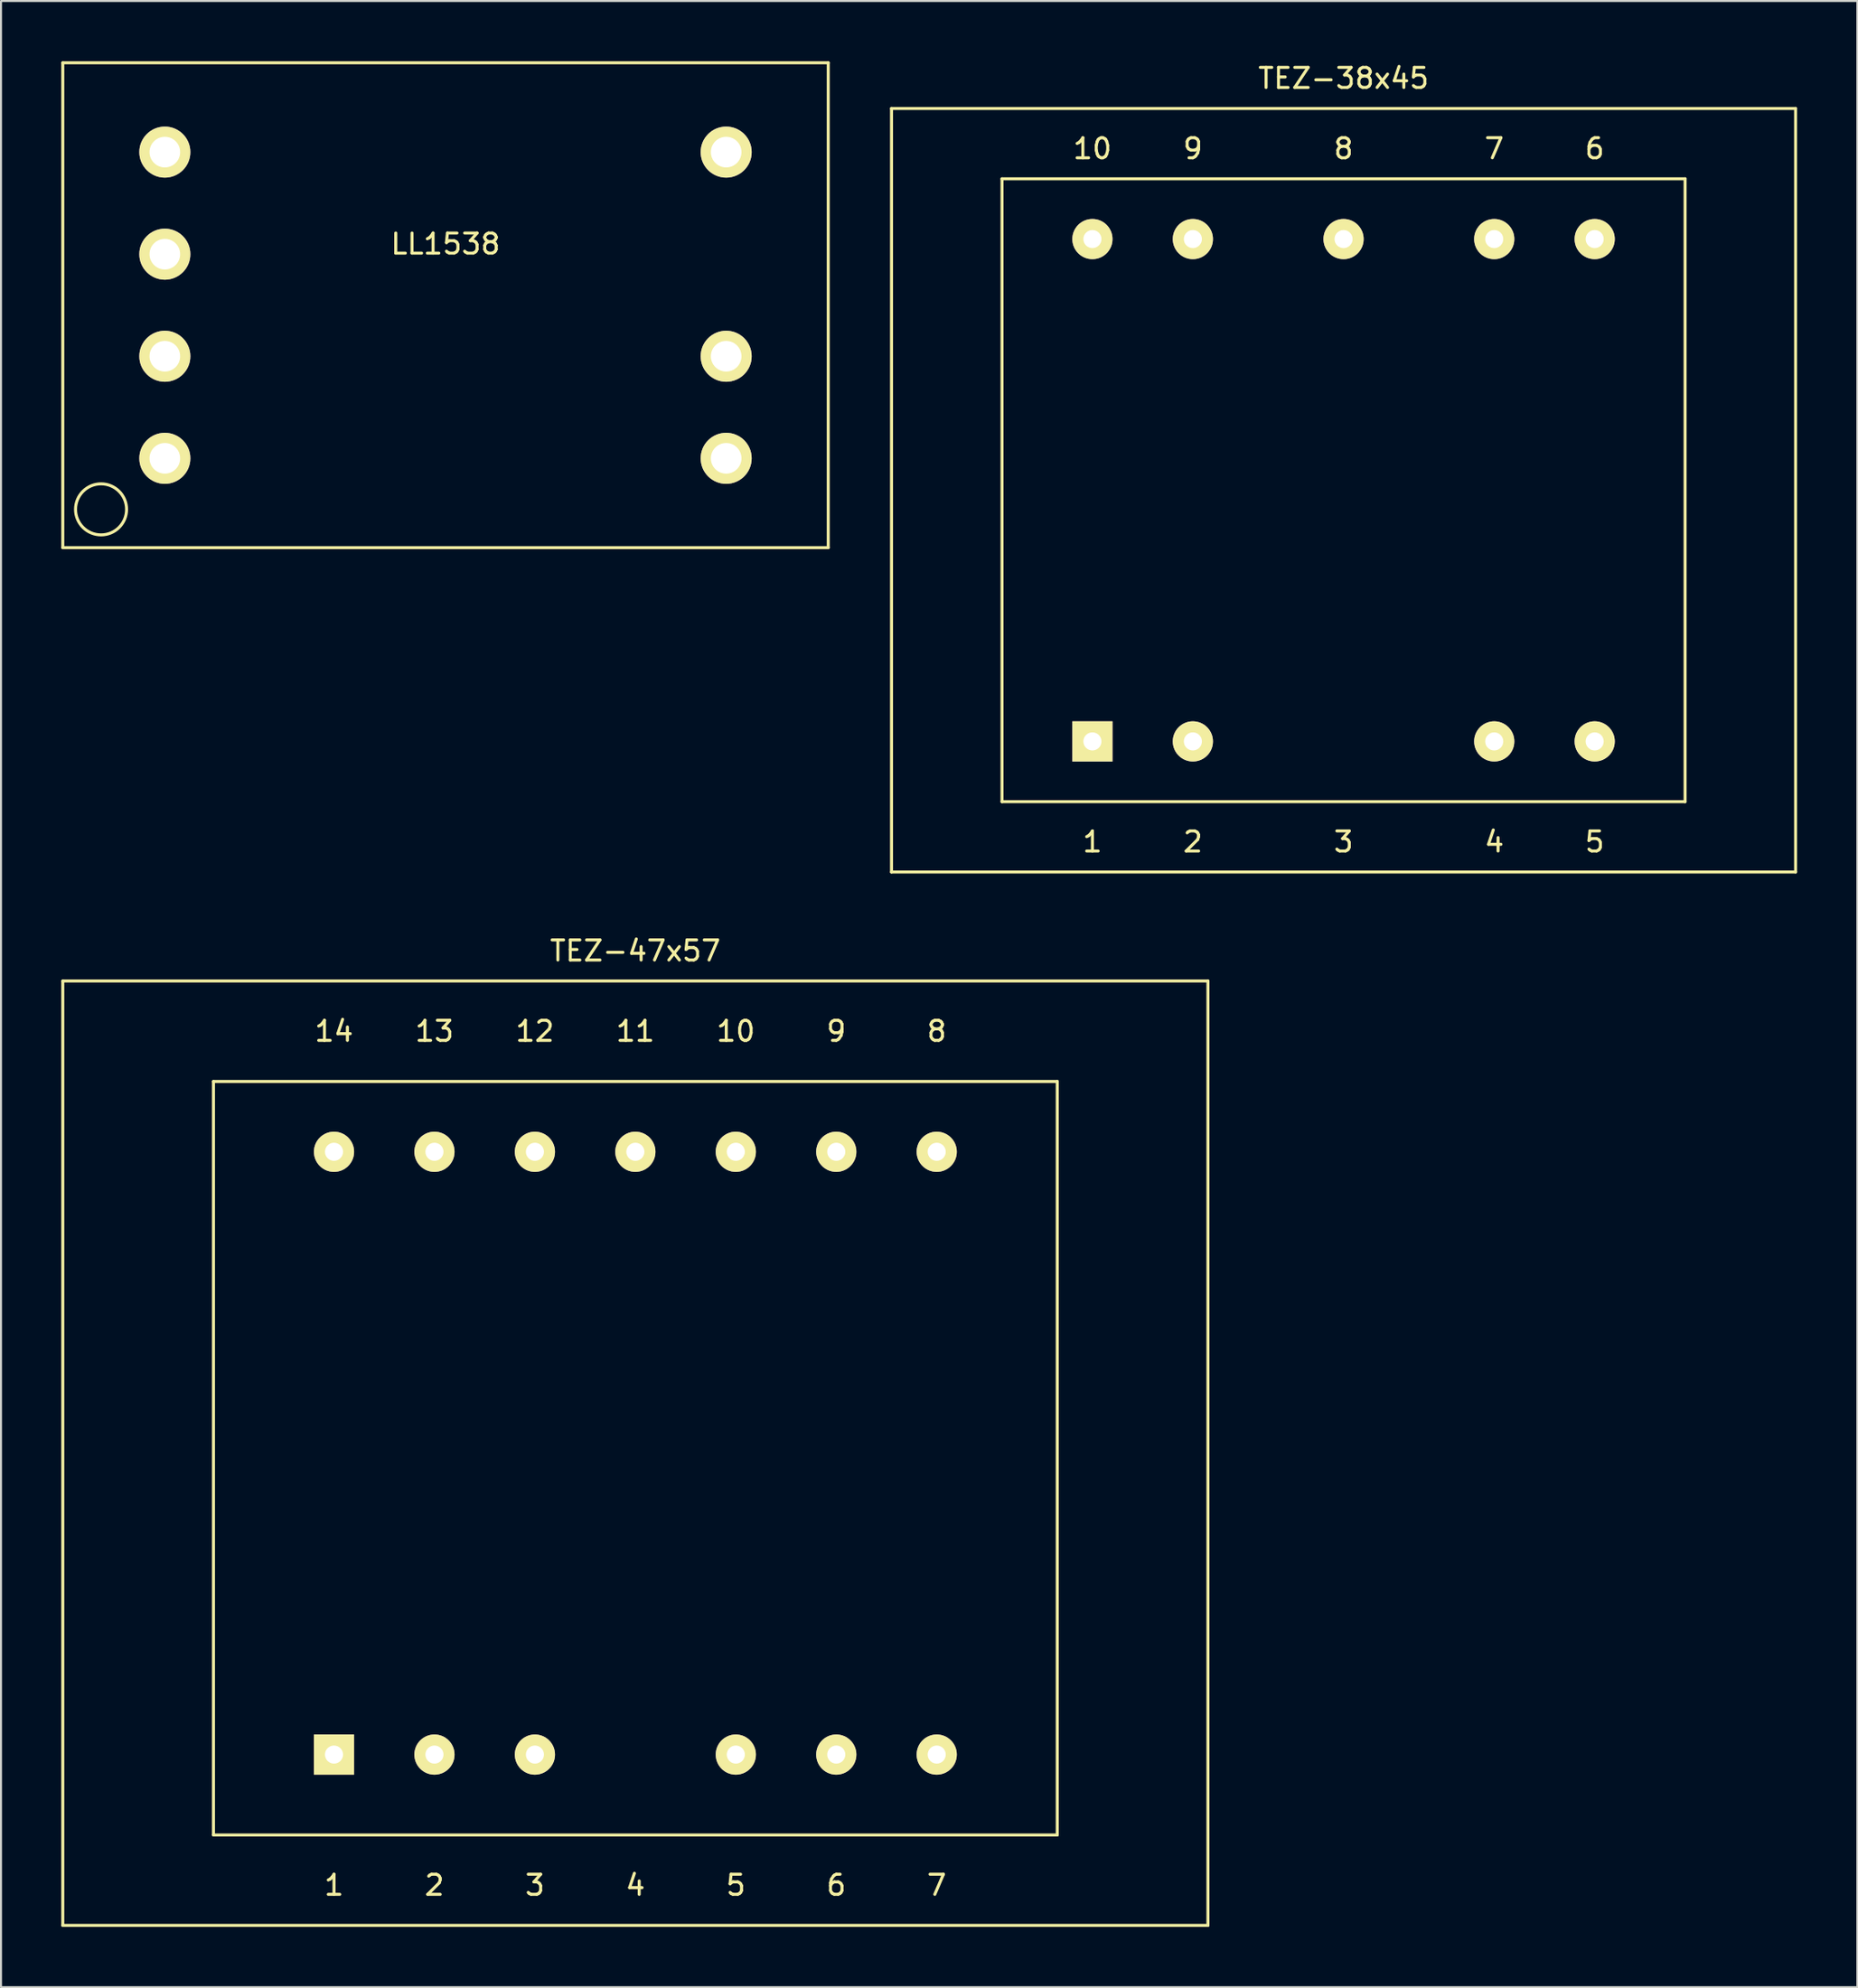
<source format=kicad_pcb>
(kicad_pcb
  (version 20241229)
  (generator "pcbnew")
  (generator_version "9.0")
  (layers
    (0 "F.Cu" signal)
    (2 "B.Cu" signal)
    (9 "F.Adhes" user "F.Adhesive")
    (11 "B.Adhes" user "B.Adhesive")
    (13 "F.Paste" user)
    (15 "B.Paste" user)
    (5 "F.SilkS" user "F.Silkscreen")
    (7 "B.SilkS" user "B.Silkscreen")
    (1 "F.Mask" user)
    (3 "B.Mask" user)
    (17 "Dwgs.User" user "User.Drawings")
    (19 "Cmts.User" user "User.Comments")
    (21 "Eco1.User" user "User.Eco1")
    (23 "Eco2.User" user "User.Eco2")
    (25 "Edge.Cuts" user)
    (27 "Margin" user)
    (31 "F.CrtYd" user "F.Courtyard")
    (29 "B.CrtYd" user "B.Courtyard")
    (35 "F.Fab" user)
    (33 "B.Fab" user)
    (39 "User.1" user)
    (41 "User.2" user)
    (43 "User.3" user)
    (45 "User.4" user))
  (footprint "LL1538"
    (layer "F.Cu")
    (at 19.125 12.14)
    (property "Reference" "LL1538" (at 0 -3.048 0) (layer "F.SilkS") (effects (font (size 1 1) (thickness 0.15))))
    (attr smd)
    (fp_line (start -19.05 -12.065) (end 19.05 -12.065) (stroke (width 0.15) (type solid)) (layer "F.SilkS"))
    (fp_line (start -19.05 12.065) (end -19.05 -12.065) (stroke (width 0.15) (type solid)) (layer "F.SilkS"))
    (fp_line (start 19.05 -12.065) (end 19.05 12.065) (stroke (width 0.15) (type solid)) (layer "F.SilkS"))
    (fp_line (start 19.05 12.065) (end -19.05 12.065) (stroke (width 0.15) (type solid)) (layer "F.SilkS"))
    (fp_circle (center -17.145 10.16) (end -17.145 8.89) (stroke (width 0.15) (type solid)) (fill no) (layer "F.SilkS"))
    (pad "1" thru_hole circle (at -13.97 7.62) (size 2.54 2.54) (drill 1.524) (layers "*.Cu" "*.Mask" "F.SilkS"))
    (pad "2" thru_hole circle (at -13.97 2.54) (size 2.54 2.54) (drill 1.524) (layers "*.Cu" "*.Mask" "F.SilkS"))
    (pad "3" thru_hole circle (at -13.97 -2.54) (size 2.54 2.54) (drill 1.524) (layers "*.Cu" "*.Mask" "F.SilkS"))
    (pad "4" thru_hole circle (at -13.97 -7.62) (size 2.54 2.54) (drill 1.524) (layers "*.Cu" "*.Mask" "F.SilkS"))
    (pad "5" thru_hole circle (at 13.97 7.62) (size 2.54 2.54) (drill 1.524) (layers "*.Cu" "*.Mask" "F.SilkS"))
    (pad "6" thru_hole circle (at 13.97 2.54) (size 2.54 2.54) (drill 1.524) (layers "*.Cu" "*.Mask" "F.SilkS"))
    (pad "8" thru_hole circle (at 13.97 -7.62) (size 2.54 2.54) (drill 1.524) (layers "*.Cu" "*.Mask" "F.SilkS")))
  (footprint "TEZ-38x45"
    (layer "F.Cu")
    (at 63.825 21.348)
    (property "Reference" "TEZ-38x45" (at 0 -20.5 0) (layer "F.SilkS") (effects (font (size 1 1) (thickness 0.15))))
    (attr through_hole)
    (fp_line (start -22.5 -19) (end 22.5 -19) (stroke (width 0.15) (type solid)) (layer "F.SilkS"))
    (fp_line (start -22.5 19) (end -22.5 -19) (stroke (width 0.15) (type solid)) (layer "F.SilkS"))
    (fp_line (start -17 -15.5) (end 17 -15.5) (stroke (width 0.15) (type solid)) (layer "F.SilkS"))
    (fp_line (start -17 15.5) (end -17 -15.5) (stroke (width 0.15) (type solid)) (layer "F.SilkS"))
    (fp_line (start 17 -15.5) (end 17 15.5) (stroke (width 0.15) (type solid)) (layer "F.SilkS"))
    (fp_line (start 17 15.5) (end -17 15.5) (stroke (width 0.15) (type solid)) (layer "F.SilkS"))
    (fp_line (start 22.5 -19) (end 22.5 19) (stroke (width 0.15) (type solid)) (layer "F.SilkS"))
    (fp_line (start 22.5 19) (end -22.5 19) (stroke (width 0.15) (type solid)) (layer "F.SilkS"))
    (fp_text user "6" (at 12.5 -17 0) (layer "F.SilkS") (effects (font (size 1 1) (thickness 0.15))))
    (fp_text user "1" (at -12.5 17.5 0) (layer "F.SilkS") (effects (font (size 1 1) (thickness 0.15))))
    (fp_text user "8" (at 0 -17 0) (layer "F.SilkS") (effects (font (size 1 1) (thickness 0.15))))
    (fp_text user "7" (at 7.5 -17 0) (layer "F.SilkS") (effects (font (size 1 1) (thickness 0.15))))
    (fp_text user "2" (at -7.5 17.5 0) (layer "F.SilkS") (effects (font (size 1 1) (thickness 0.15))))
    (fp_text user "5" (at 12.5 17.5 0) (layer "F.SilkS") (effects (font (size 1 1) (thickness 0.15))))
    (fp_text user "9" (at -7.5 -17 0) (layer "F.SilkS") (effects (font (size 1 1) (thickness 0.15))))
    (fp_text user "3" (at 0 17.5 0) (layer "F.SilkS") (effects (font (size 1 1) (thickness 0.15))))
    (fp_text user "4" (at 7.5 17.5 0) (layer "F.SilkS") (effects (font (size 1 1) (thickness 0.15))))
    (fp_text user "10" (at -12.5 -17 0) (layer "F.SilkS") (effects (font (size 1 1) (thickness 0.15))))
    (pad "1" thru_hole rect (at -12.5 12.5) (size 2 2) (drill 0.9) (layers "*.Cu" "*.Mask" "F.SilkS"))
    (pad "2" thru_hole circle (at -7.5 12.5) (size 2 2) (drill 0.9) (layers "*.Cu" "*.Mask" "F.SilkS"))
    (pad "4" thru_hole circle (at 7.5 12.5) (size 2 2) (drill 0.9) (layers "*.Cu" "*.Mask" "F.SilkS"))
    (pad "5" thru_hole circle (at 12.5 12.5) (size 2 2) (drill 0.9) (layers "*.Cu" "*.Mask" "F.SilkS"))
    (pad "6" thru_hole circle (at 12.5 -12.5) (size 2 2) (drill 0.9) (layers "*.Cu" "*.Mask" "F.SilkS"))
    (pad "7" thru_hole circle (at 7.5 -12.5) (size 2 2) (drill 0.9) (layers "*.Cu" "*.Mask" "F.SilkS"))
    (pad "8" thru_hole circle (at 0 -12.5) (size 2 2) (drill 0.9) (layers "*.Cu" "*.Mask" "F.SilkS"))
    (pad "9" thru_hole circle (at -7.5 -12.5) (size 2 2) (drill 0.9) (layers "*.Cu" "*.Mask" "F.SilkS"))
    (pad "10" thru_hole circle (at -12.5 -12.5) (size 2 2) (drill 0.9) (layers "*.Cu" "*.Mask" "F.SilkS")))
  (footprint "TEZ-47x57"
    (layer "F.Cu")
    (at 28.575 69.272)
    (property "Reference" "TEZ-47x57" (at 0 -25 0) (layer "F.SilkS") (effects (font (size 1 1) (thickness 0.15))))
    (attr through_hole)
    (fp_line (start -28.5 -23.5) (end -28.5 23.5) (stroke (width 0.15) (type solid)) (layer "F.SilkS"))
    (fp_line (start -28.5 -23.5) (end 28.5 -23.5) (stroke (width 0.15) (type solid)) (layer "F.SilkS"))
    (fp_line (start -21 -18.5) (end -21 19) (stroke (width 0.15) (type solid)) (layer "F.SilkS"))
    (fp_line (start -21 19) (end 21 19) (stroke (width 0.15) (type solid)) (layer "F.SilkS"))
    (fp_line (start 21 -18.5) (end -21 -18.5) (stroke (width 0.15) (type solid)) (layer "F.SilkS"))
    (fp_line (start 21 19) (end 21 -18.5) (stroke (width 0.15) (type solid)) (layer "F.SilkS"))
    (fp_line (start 28.5 -23.5) (end 28.5 23.5) (stroke (width 0.15) (type solid)) (layer "F.SilkS"))
    (fp_line (start 28.5 23.5) (end -28.5 23.5) (stroke (width 0.15) (type solid)) (layer "F.SilkS"))
    (fp_text user "11" (at 0 -21 0) (layer "F.SilkS") (effects (font (size 1 1) (thickness 0.15))))
    (fp_text user "4" (at 0 21.5 0) (layer "F.SilkS") (effects (font (size 1 1) (thickness 0.15))))
    (fp_text user "9" (at 10 -21 0) (layer "F.SilkS") (effects (font (size 1 1) (thickness 0.15))))
    (fp_text user "5" (at 5 21.5 0) (layer "F.SilkS") (effects (font (size 1 1) (thickness 0.15))))
    (fp_text user "14" (at -15 -21 0) (layer "F.SilkS") (effects (font (size 1 1) (thickness 0.15))))
    (fp_text user "10" (at 5 -21 0) (layer "F.SilkS") (effects (font (size 1 1) (thickness 0.15))))
    (fp_text user "12" (at -5 -21 0) (layer "F.SilkS") (effects (font (size 1 1) (thickness 0.15))))
    (fp_text user "1" (at -15 21.5 0) (layer "F.SilkS") (effects (font (size 1 1) (thickness 0.15))))
    (fp_text user "13" (at -10 -21 0) (layer "F.SilkS") (effects (font (size 1 1) (thickness 0.15))))
    (fp_text user "6" (at 10 21.5 0) (layer "F.SilkS") (effects (font (size 1 1) (thickness 0.15))))
    (fp_text user "3" (at -5 21.5 0) (layer "F.SilkS") (effects (font (size 1 1) (thickness 0.15))))
    (fp_text user "8" (at 15 -21 0) (layer "F.SilkS") (effects (font (size 1 1) (thickness 0.15))))
    (fp_text user "7" (at 15 21.5 0) (layer "F.SilkS") (effects (font (size 1 1) (thickness 0.15))))
    (fp_text user "2" (at -10 21.5 0) (layer "F.SilkS") (effects (font (size 1 1) (thickness 0.15))))
    (pad "1" thru_hole rect (at -15 15) (size 2 2) (drill 0.9) (layers "*.Cu" "*.Mask" "F.SilkS"))
    (pad "2" thru_hole circle (at -10 15) (size 2 2) (drill 0.9) (layers "*.Cu" "*.Mask" "F.SilkS"))
    (pad "3" thru_hole circle (at -5 15) (size 2 2) (drill 0.9) (layers "*.Cu" "*.Mask" "F.SilkS"))
    (pad "5" thru_hole circle (at 5 15) (size 2 2) (drill 0.9) (layers "*.Cu" "*.Mask" "F.SilkS"))
    (pad "6" thru_hole circle (at 10 15) (size 2 2) (drill 0.9) (layers "*.Cu" "*.Mask" "F.SilkS"))
    (pad "7" thru_hole circle (at 15 15) (size 2 2) (drill 0.9) (layers "*.Cu" "*.Mask" "F.SilkS"))
    (pad "8" thru_hole circle (at 15 -15) (size 2 2) (drill 0.9) (layers "*.Cu" "*.Mask" "F.SilkS"))
    (pad "9" thru_hole circle (at 10 -15) (size 2 2) (drill 0.9) (layers "*.Cu" "*.Mask" "F.SilkS"))
    (pad "10" thru_hole circle (at 5 -15) (size 2 2) (drill 0.9) (layers "*.Cu" "*.Mask" "F.SilkS"))
    (pad "11" thru_hole circle (at 0 -15) (size 2 2) (drill 0.9) (layers "*.Cu" "*.Mask" "F.SilkS"))
    (pad "12" thru_hole circle (at -5 -15) (size 2 2) (drill 0.9) (layers "*.Cu" "*.Mask" "F.SilkS"))
    (pad "13" thru_hole circle (at -10 -15) (size 2 2) (drill 0.9) (layers "*.Cu" "*.Mask" "F.SilkS"))
    (pad "14" thru_hole circle (at -15 -15) (size 2 2) (drill 0.9) (layers "*.Cu" "*.Mask" "F.SilkS")))
  (gr_rect
    (start -3 -3)
    (end 89.4 95.847)
    (stroke (width 0.1) (type default))
    (fill no)
    (layer "Edge.Cuts")))
</source>
